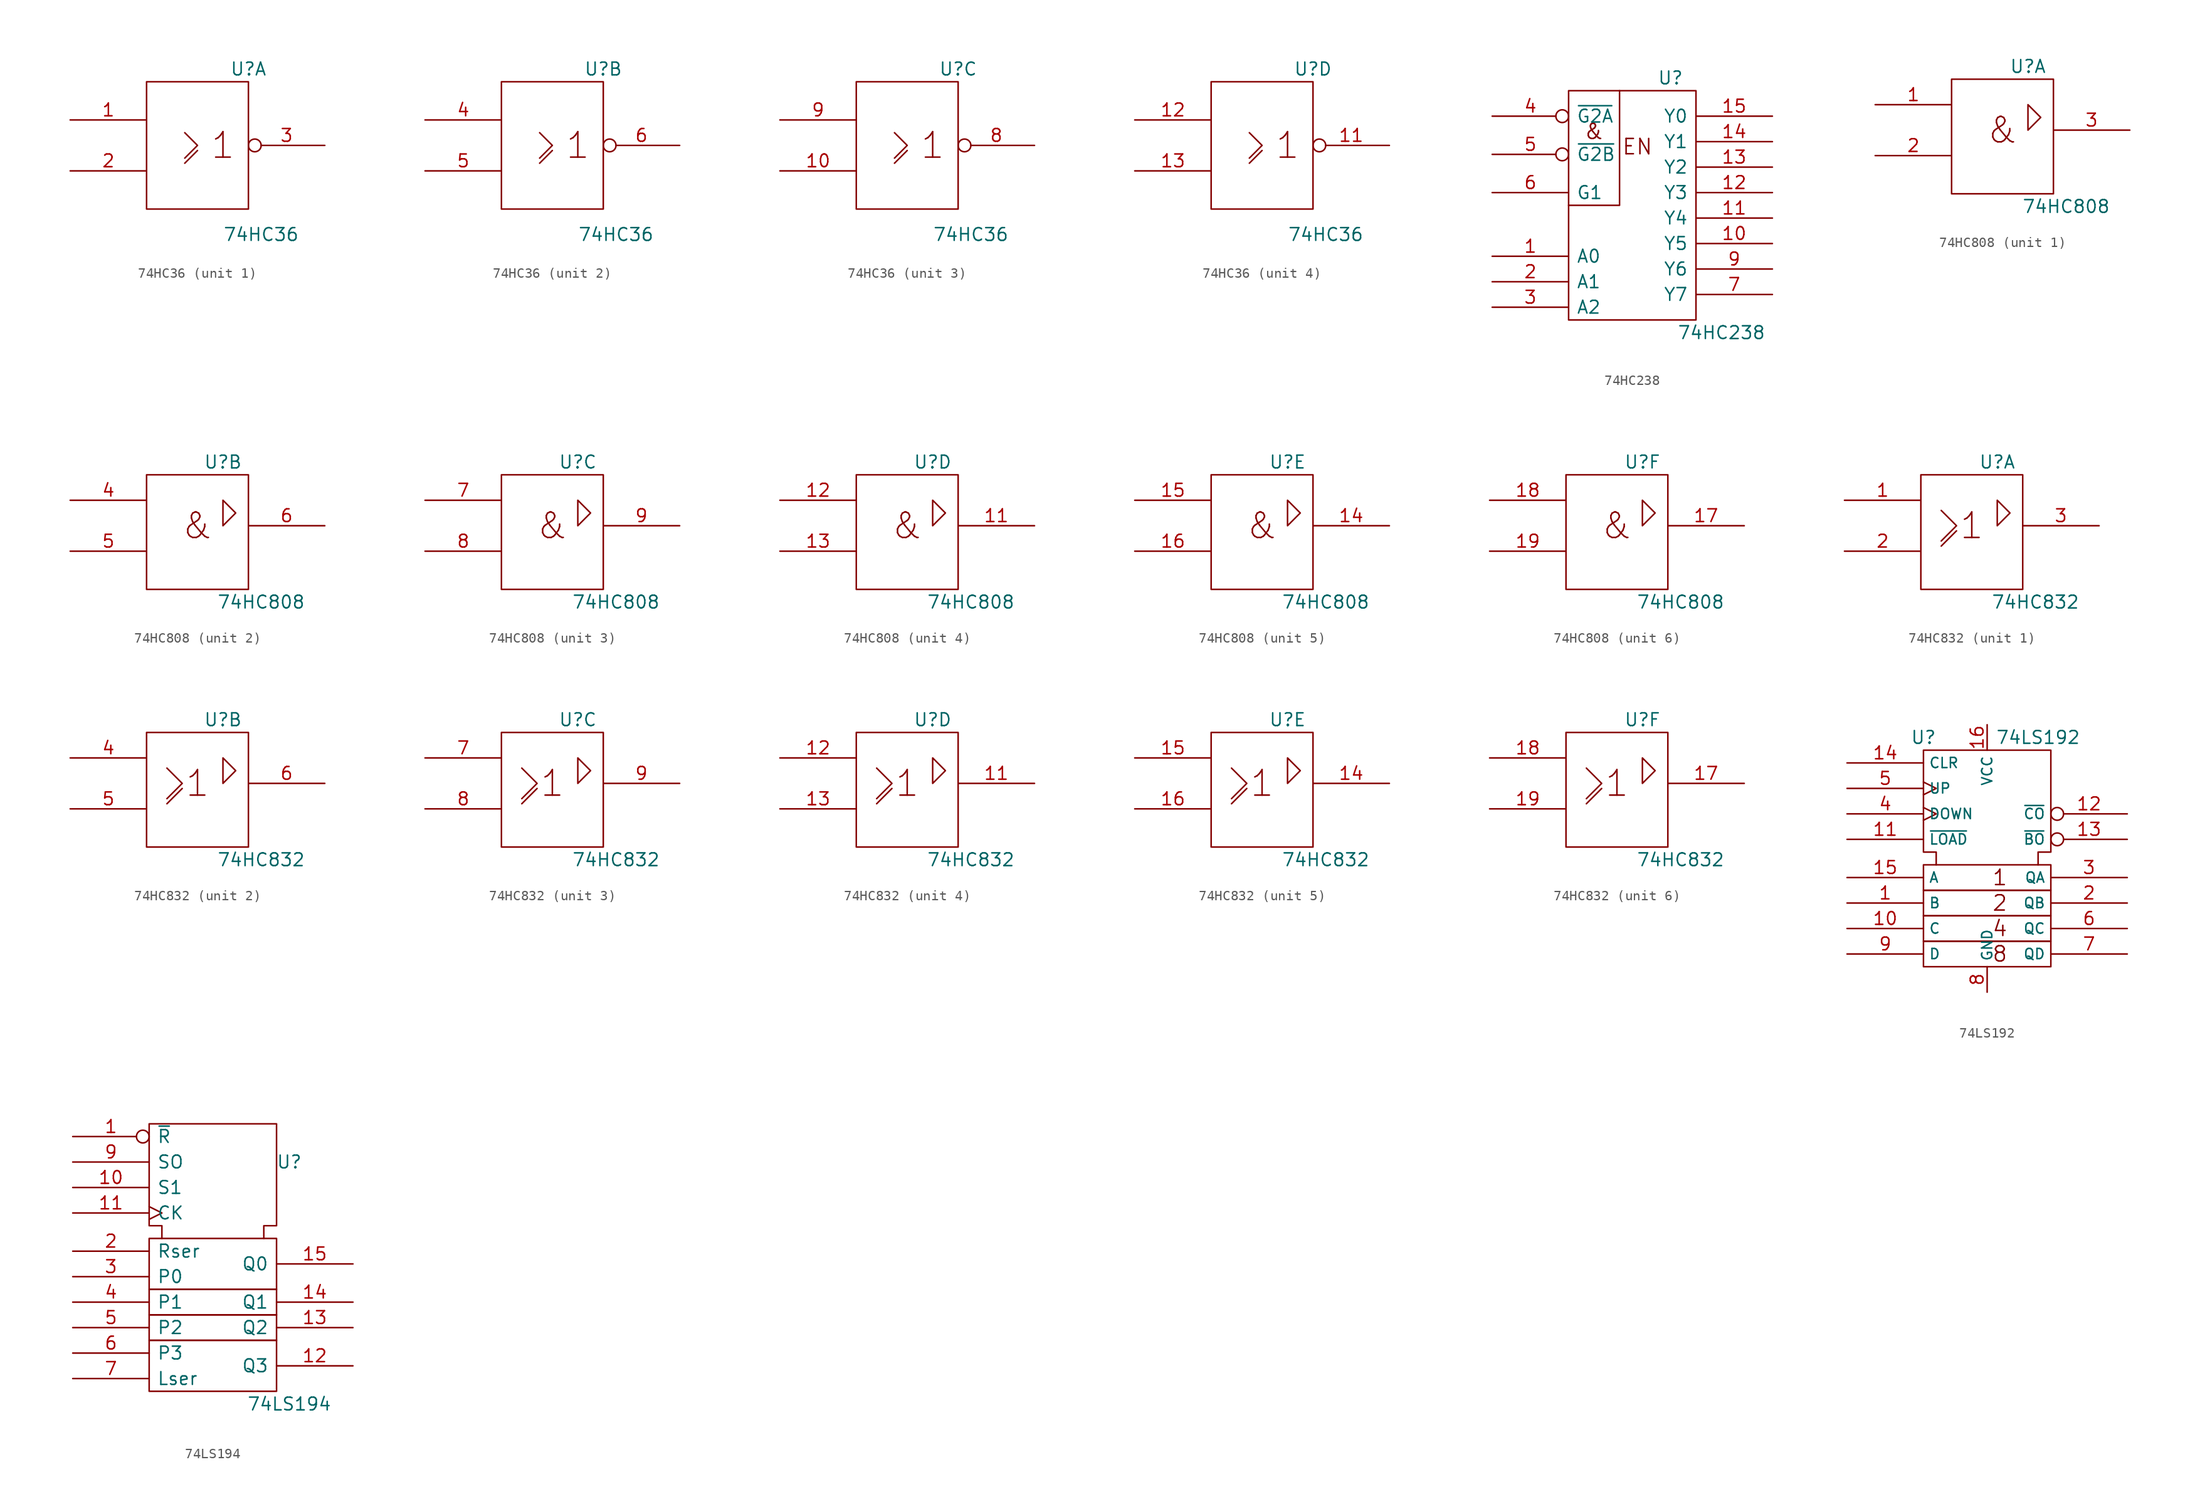
<source format=kicad_sym>
(kicad_symbol_lib
  (version 20231120)
  (generator "kicad_symbol_editor")
  (generator_version "8.0")
  (symbol "74HC36"
    (pin_names
      (offset 0.762))
    (property "Reference" "U"
      (at 5.08 7.62 0)
      (effects (font (size 1.27 1.27))))
    (property "Value" "74HC36"
      (at 6.35 -8.89 0)
      (effects (font (size 1.27 1.27))))
    (symbol "74HC36_0_0"
      (polyline (pts (xy -1.27 -1.778) (xy 0 -0.508) (xy 0 -0.508)) (stroke (width 0) (type default)) (fill (type none)))
      (polyline (pts (xy -1.27 1.27) (xy 0 0) (xy -1.27 -1.27) (xy -1.27 -1.27)) (stroke (width 0) (type default)) (fill (type none)))
      (text "1" (at 2.54 0 0) (effects (font (size 2.54 2.54)))))
    (symbol "74HC36_0_1"
      (rectangle (start -5.08 6.35) (end 5.08 -6.35) (stroke (width 0) (type default)) (fill (type none)))
      (pin power_in line (at 0 6.35 270) (length 0) hide (name "Vcc" (effects (font (size 1.27 1.27)))) (number "14" (effects (font (size 1.27 1.27)))))
      (pin power_in line (at 0 -6.35 90) (length 0) hide (name "Gnd" (effects (font (size 1.27 1.27)))) (number "7" (effects (font (size 1.27 1.27))))))
    (symbol "74HC36_1_1"
      (pin input line (at -12.7 2.54 0) (length 7.62) (name "~" (effects (font (size 1.27 1.27)))) (number "1" (effects (font (size 1.27 1.27)))))
      (pin input line (at -12.7 -2.54 0) (length 7.62) (name "~" (effects (font (size 1.27 1.27)))) (number "2" (effects (font (size 1.27 1.27)))))
      (pin output inverted (at 12.7 0 180) (length 7.62) (name "~" (effects (font (size 1.27 1.27)))) (number "3" (effects (font (size 1.27 1.27))))))
    (symbol "74HC36_2_1"
      (pin input line (at -12.7 2.54 0) (length 7.62) (name "~" (effects (font (size 1.27 1.27)))) (number "4" (effects (font (size 1.27 1.27)))))
      (pin input line (at -12.7 -2.54 0) (length 7.62) (name "~" (effects (font (size 1.27 1.27)))) (number "5" (effects (font (size 1.27 1.27)))))
      (pin output inverted (at 12.7 0 180) (length 7.62) (name "~" (effects (font (size 1.27 1.27)))) (number "6" (effects (font (size 1.27 1.27))))))
    (symbol "74HC36_3_1"
      (pin input line (at -12.7 -2.54 0) (length 7.62) (name "~" (effects (font (size 1.27 1.27)))) (number "10" (effects (font (size 1.27 1.27)))))
      (pin output inverted (at 12.7 0 180) (length 7.62) (name "~" (effects (font (size 1.27 1.27)))) (number "8" (effects (font (size 1.27 1.27)))))
      (pin input line (at -12.7 2.54 0) (length 7.62) (name "~" (effects (font (size 1.27 1.27)))) (number "9" (effects (font (size 1.27 1.27))))))
    (symbol "74HC36_4_1"
      (pin output inverted (at 12.7 0 180) (length 7.62) (name "~" (effects (font (size 1.27 1.27)))) (number "11" (effects (font (size 1.27 1.27)))))
      (pin input line (at -12.7 2.54 0) (length 7.62) (name "~" (effects (font (size 1.27 1.27)))) (number "12" (effects (font (size 1.27 1.27)))))
      (pin input line (at -12.7 -2.54 0) (length 7.62) (name "~" (effects (font (size 1.27 1.27)))) (number "13" (effects (font (size 1.27 1.27)))))))
  (symbol "74HC238"
    (pin_names
      (offset 0.762))
    (property "Reference" "U"
      (at 3.81 8.89 0)
      (effects (font (size 1.27 1.27))))
    (property "Value" "74HC238"
      (at 8.89 -16.51 0)
      (effects (font (size 1.27 1.27))))
    (symbol "74HC238_0_0"
      (text "&" (at -3.81 3.556 0) (effects (font (size 1.524 1.524))))
      (text "EN" (at 0.508 2.032 0) (effects (font (size 1.524 1.524))))
      (pin power_in line (at 0 7.62 270) (length 0) hide (name "VCC" (effects (font (size 1.27 1.27)))) (number "16" (effects (font (size 1.27 1.27))))))
    (symbol "74HC238_0_1"
      (rectangle (start -6.35 7.62) (end 6.35 -15.24) (stroke (width 0) (type default)) (fill (type none)))
      (polyline (pts (xy -1.27 7.62) (xy -1.27 -3.81) (xy -6.35 -3.81) (xy -6.35 -3.81)) (stroke (width 0) (type default)) (fill (type none))))
    (symbol "74HC238_1_1"
      (pin input line (at -13.97 -8.89 0) (length 7.62) (name "A0" (effects (font (size 1.27 1.27)))) (number "1" (effects (font (size 1.27 1.27)))))
      (pin output line (at 13.97 -7.62 180) (length 7.62) (name "Y5" (effects (font (size 1.27 1.27)))) (number "10" (effects (font (size 1.27 1.27)))))
      (pin output line (at 13.97 -5.08 180) (length 7.62) (name "Y4" (effects (font (size 1.27 1.27)))) (number "11" (effects (font (size 1.27 1.27)))))
      (pin output line (at 13.97 -2.54 180) (length 7.62) (name "Y3" (effects (font (size 1.27 1.27)))) (number "12" (effects (font (size 1.27 1.27)))))
      (pin output line (at 13.97 0 180) (length 7.62) (name "Y2" (effects (font (size 1.27 1.27)))) (number "13" (effects (font (size 1.27 1.27)))))
      (pin output line (at 13.97 2.54 180) (length 7.62) (name "Y1" (effects (font (size 1.27 1.27)))) (number "14" (effects (font (size 1.27 1.27)))))
      (pin output line (at 13.97 5.08 180) (length 7.62) (name "Y0" (effects (font (size 1.27 1.27)))) (number "15" (effects (font (size 1.27 1.27)))))
      (pin input line (at -13.97 -11.43 0) (length 7.62) (name "A1" (effects (font (size 1.27 1.27)))) (number "2" (effects (font (size 1.27 1.27)))))
      (pin input line (at -13.97 -13.97 0) (length 7.62) (name "A2" (effects (font (size 1.27 1.27)))) (number "3" (effects (font (size 1.27 1.27)))))
      (pin input inverted (at -13.97 5.08 0) (length 7.62) (name "~{G2A}" (effects (font (size 1.27 1.27)))) (number "4" (effects (font (size 1.27 1.27)))))
      (pin input inverted (at -13.97 1.27 0) (length 7.62) (name "~{G2B}" (effects (font (size 1.27 1.27)))) (number "5" (effects (font (size 1.27 1.27)))))
      (pin input line (at -13.97 -2.54 0) (length 7.62) (name "G1" (effects (font (size 1.27 1.27)))) (number "6" (effects (font (size 1.27 1.27)))))
      (pin output line (at 13.97 -12.7 180) (length 7.62) (name "Y7" (effects (font (size 1.27 1.27)))) (number "7" (effects (font (size 1.27 1.27)))))
      (pin power_in line (at 0 -15.24 90) (length 0) hide (name "GND" (effects (font (size 1.27 1.27)))) (number "8" (effects (font (size 1.27 1.27)))))
      (pin output line (at 13.97 -10.16 180) (length 7.62) (name "Y6" (effects (font (size 1.27 1.27)))) (number "9" (effects (font (size 1.27 1.27)))))))
  (symbol "74HC808"
    (pin_names
      (offset 0.762))
    (property "Reference" "U"
      (at 2.54 6.35 0)
      (effects (font (size 1.27 1.27))))
    (property "Value" "74HC808"
      (at 6.35 -7.62 0)
      (effects (font (size 1.27 1.27))))
    (symbol "74HC808_0_1"
      (rectangle (start -5.08 5.08) (end 5.08 -6.35) (stroke (width 0) (type default)) (fill (type none)))
      (polyline (pts (xy 2.54 0) (xy 2.54 2.54) (xy 3.81 1.27) (xy 2.54 0) (xy 2.54 0)) (stroke (width 0) (type default)) (fill (type none)))
      (text "&" (at 0 0 0) (effects (font (size 2.54 2.54))))
      (pin power_in line (at 0 -6.35 90) (length 0) hide (name "Gnd" (effects (font (size 1.27 1.27)))) (number "10" (effects (font (size 1.27 1.27)))))
      (pin power_in line (at 0 5.08 270) (length 0) hide (name "Vcc" (effects (font (size 1.27 1.27)))) (number "20" (effects (font (size 1.27 1.27))))))
    (symbol "74HC808_1_1"
      (pin input line (at -12.7 2.54 0) (length 7.62) (name "~" (effects (font (size 1.27 1.27)))) (number "1" (effects (font (size 1.27 1.27)))))
      (pin input line (at -12.7 -2.54 0) (length 7.62) (name "~" (effects (font (size 1.27 1.27)))) (number "2" (effects (font (size 1.27 1.27)))))
      (pin output line (at 12.7 0 180) (length 7.62) (name "~" (effects (font (size 1.27 1.27)))) (number "3" (effects (font (size 1.27 1.27))))))
    (symbol "74HC808_2_1"
      (pin input line (at -12.7 2.54 0) (length 7.62) (name "~" (effects (font (size 1.27 1.27)))) (number "4" (effects (font (size 1.27 1.27)))))
      (pin input line (at -12.7 -2.54 0) (length 7.62) (name "~" (effects (font (size 1.27 1.27)))) (number "5" (effects (font (size 1.27 1.27)))))
      (pin output line (at 12.7 0 180) (length 7.62) (name "~" (effects (font (size 1.27 1.27)))) (number "6" (effects (font (size 1.27 1.27))))))
    (symbol "74HC808_3_1"
      (pin input line (at -12.7 2.54 0) (length 7.62) (name "~" (effects (font (size 1.27 1.27)))) (number "7" (effects (font (size 1.27 1.27)))))
      (pin input line (at -12.7 -2.54 0) (length 7.62) (name "~" (effects (font (size 1.27 1.27)))) (number "8" (effects (font (size 1.27 1.27)))))
      (pin output line (at 12.7 0 180) (length 7.62) (name "~" (effects (font (size 1.27 1.27)))) (number "9" (effects (font (size 1.27 1.27))))))
    (symbol "74HC808_4_1"
      (pin output line (at 12.7 0 180) (length 7.62) (name "~" (effects (font (size 1.27 1.27)))) (number "11" (effects (font (size 1.27 1.27)))))
      (pin input line (at -12.7 2.54 0) (length 7.62) (name "~" (effects (font (size 1.27 1.27)))) (number "12" (effects (font (size 1.27 1.27)))))
      (pin input line (at -12.7 -2.54 0) (length 7.62) (name "~" (effects (font (size 1.27 1.27)))) (number "13" (effects (font (size 1.27 1.27))))))
    (symbol "74HC808_5_1"
      (pin output line (at 12.7 0 180) (length 7.62) (name "~" (effects (font (size 1.27 1.27)))) (number "14" (effects (font (size 1.27 1.27)))))
      (pin input line (at -12.7 2.54 0) (length 7.62) (name "~" (effects (font (size 1.27 1.27)))) (number "15" (effects (font (size 1.27 1.27)))))
      (pin input line (at -12.7 -2.54 0) (length 7.62) (name "~" (effects (font (size 1.27 1.27)))) (number "16" (effects (font (size 1.27 1.27))))))
    (symbol "74HC808_6_1"
      (pin output line (at 12.7 0 180) (length 7.62) (name "~" (effects (font (size 1.27 1.27)))) (number "17" (effects (font (size 1.27 1.27)))))
      (pin input line (at -12.7 2.54 0) (length 7.62) (name "~" (effects (font (size 1.27 1.27)))) (number "18" (effects (font (size 1.27 1.27)))))
      (pin input line (at -12.7 -2.54 0) (length 7.62) (name "~" (effects (font (size 1.27 1.27)))) (number "19" (effects (font (size 1.27 1.27)))))))
  (symbol "74HC832"
    (pin_names
      (offset 0.762))
    (property "Reference" "U"
      (at 2.54 6.35 0)
      (effects (font (size 1.27 1.27))))
    (property "Value" "74HC832"
      (at 6.35 -7.62 0)
      (effects (font (size 1.27 1.27))))
    (symbol "74HC832_0_1"
      (rectangle (start -5.08 5.08) (end 5.08 -6.35) (stroke (width 0) (type default)) (fill (type none)))
      (polyline (pts (xy -3.048 -2.032) (xy -1.524 -0.508) (xy -1.524 -0.508)) (stroke (width 0) (type default)) (fill (type none)))
      (polyline (pts (xy -3.048 1.524) (xy -1.524 0) (xy -3.048 -1.524) (xy -3.048 -1.524)) (stroke (width 0) (type default)) (fill (type none)))
      (polyline (pts (xy 2.54 0) (xy 2.54 2.54) (xy 3.81 1.27) (xy 2.54 0) (xy 2.54 0)) (stroke (width 0) (type default)) (fill (type none)))
      (text "1" (at 0 0 0) (effects (font (size 2.54 2.54))))
      (pin power_in line (at 0 -6.35 90) (length 0) hide (name "Gnd" (effects (font (size 1.27 1.27)))) (number "10" (effects (font (size 1.27 1.27)))))
      (pin power_in line (at 0 5.08 270) (length 0) hide (name "Vcc" (effects (font (size 1.27 1.27)))) (number "20" (effects (font (size 1.27 1.27))))))
    (symbol "74HC832_1_1"
      (pin input line (at -12.7 2.54 0) (length 7.62) (name "~" (effects (font (size 1.27 1.27)))) (number "1" (effects (font (size 1.27 1.27)))))
      (pin input line (at -12.7 -2.54 0) (length 7.62) (name "~" (effects (font (size 1.27 1.27)))) (number "2" (effects (font (size 1.27 1.27)))))
      (pin output line (at 12.7 0 180) (length 7.62) (name "~" (effects (font (size 1.27 1.27)))) (number "3" (effects (font (size 1.27 1.27))))))
    (symbol "74HC832_2_1"
      (pin input line (at -12.7 2.54 0) (length 7.62) (name "~" (effects (font (size 1.27 1.27)))) (number "4" (effects (font (size 1.27 1.27)))))
      (pin input line (at -12.7 -2.54 0) (length 7.62) (name "~" (effects (font (size 1.27 1.27)))) (number "5" (effects (font (size 1.27 1.27)))))
      (pin output line (at 12.7 0 180) (length 7.62) (name "~" (effects (font (size 1.27 1.27)))) (number "6" (effects (font (size 1.27 1.27))))))
    (symbol "74HC832_3_1"
      (pin input line (at -12.7 2.54 0) (length 7.62) (name "~" (effects (font (size 1.27 1.27)))) (number "7" (effects (font (size 1.27 1.27)))))
      (pin input line (at -12.7 -2.54 0) (length 7.62) (name "~" (effects (font (size 1.27 1.27)))) (number "8" (effects (font (size 1.27 1.27)))))
      (pin output line (at 12.7 0 180) (length 7.62) (name "~" (effects (font (size 1.27 1.27)))) (number "9" (effects (font (size 1.27 1.27))))))
    (symbol "74HC832_4_1"
      (pin output line (at 12.7 0 180) (length 7.62) (name "~" (effects (font (size 1.27 1.27)))) (number "11" (effects (font (size 1.27 1.27)))))
      (pin input line (at -12.7 2.54 0) (length 7.62) (name "~" (effects (font (size 1.27 1.27)))) (number "12" (effects (font (size 1.27 1.27)))))
      (pin input line (at -12.7 -2.54 0) (length 7.62) (name "~" (effects (font (size 1.27 1.27)))) (number "13" (effects (font (size 1.27 1.27))))))
    (symbol "74HC832_5_1"
      (pin output line (at 12.7 0 180) (length 7.62) (name "~" (effects (font (size 1.27 1.27)))) (number "14" (effects (font (size 1.27 1.27)))))
      (pin input line (at -12.7 2.54 0) (length 7.62) (name "~" (effects (font (size 1.27 1.27)))) (number "15" (effects (font (size 1.27 1.27)))))
      (pin input line (at -12.7 -2.54 0) (length 7.62) (name "~" (effects (font (size 1.27 1.27)))) (number "16" (effects (font (size 1.27 1.27))))))
    (symbol "74HC832_6_1"
      (pin output line (at 12.7 0 180) (length 7.62) (name "~" (effects (font (size 1.27 1.27)))) (number "17" (effects (font (size 1.27 1.27)))))
      (pin input line (at -12.7 2.54 0) (length 7.62) (name "~" (effects (font (size 1.27 1.27)))) (number "18" (effects (font (size 1.27 1.27)))))
      (pin input line (at -12.7 -2.54 0) (length 7.62) (name "~" (effects (font (size 1.27 1.27)))) (number "19" (effects (font (size 1.27 1.27)))))))
  (symbol "74LS192"
    (property "Reference" "U"
      (at -6.35 12.7 0)
      (effects (font (size 1.27 1.27))))
    (property "Value" "74LS192"
      (at 5.08 12.7 0)
      (effects (font (size 1.27 1.27))))
    (symbol "74LS192_0_0"
      (text "1" (at 1.27 -1.27 0) (effects (font (size 1.524 1.524))))
      (text "2" (at 1.27 -3.81 0) (effects (font (size 1.524 1.524))))
      (text "4" (at 1.27 -6.35 0) (effects (font (size 1.524 1.524))))
      (text "8" (at 1.27 -8.89 0) (effects (font (size 1.524 1.524))))
      (pin power_in line (at 0 13.97 270) (length 2.54) (name "VCC" (effects (font (size 1.016 1.016)))) (number "16" (effects (font (size 1.27 1.27)))))
      (pin power_in line (at 0 -12.7 90) (length 2.54) (name "GND" (effects (font (size 1.016 1.016)))) (number "8" (effects (font (size 1.27 1.27))))))
    (symbol "74LS192_0_1"
      (rectangle (start -6.35 -7.62) (end 6.35 -10.16) (stroke (width 0) (type default)) (fill (type none)))
      (rectangle (start -6.35 -5.08) (end 6.35 -7.62) (stroke (width 0) (type default)) (fill (type none)))
      (rectangle (start -6.35 -2.54) (end 6.35 -5.08) (stroke (width 0) (type default)) (fill (type none)))
      (rectangle (start -6.35 0) (end 6.35 -2.54) (stroke (width 0) (type default)) (fill (type none)))
      (polyline (pts (xy -5.08 0) (xy -5.08 1.27) (xy -6.35 1.27) (xy -6.35 11.43) (xy 6.35 11.43) (xy 6.35 1.27) (xy 5.08 1.27) (xy 5.08 0) (xy 5.08 0)) (stroke (width 0) (type default)) (fill (type none))))
    (symbol "74LS192_1_1"
      (pin input line (at -13.97 -3.81 0) (length 7.62) (name "B" (effects (font (size 1.016 1.016)))) (number "1" (effects (font (size 1.27 1.27)))))
      (pin input line (at -13.97 -6.35 0) (length 7.62) (name "C" (effects (font (size 1.016 1.016)))) (number "10" (effects (font (size 1.27 1.27)))))
      (pin input line (at -13.97 2.54 0) (length 7.62) (name "~{LOAD}" (effects (font (size 1.016 1.016)))) (number "11" (effects (font (size 1.27 1.27)))))
      (pin output inverted (at 13.97 5.08 180) (length 7.62) (name "~{CO}" (effects (font (size 1.016 1.016)))) (number "12" (effects (font (size 1.27 1.27)))))
      (pin output inverted (at 13.97 2.54 180) (length 7.62) (name "~{BO}" (effects (font (size 1.016 1.016)))) (number "13" (effects (font (size 1.27 1.27)))))
      (pin input line (at -13.97 10.16 0) (length 7.62) (name "CLR" (effects (font (size 1.016 1.016)))) (number "14" (effects (font (size 1.27 1.27)))))
      (pin input line (at -13.97 -1.27 0) (length 7.62) (name "A" (effects (font (size 1.016 1.016)))) (number "15" (effects (font (size 1.27 1.27)))))
      (pin output line (at 13.97 -3.81 180) (length 7.62) (name "QB" (effects (font (size 1.016 1.016)))) (number "2" (effects (font (size 1.27 1.27)))))
      (pin output line (at 13.97 -1.27 180) (length 7.62) (name "QA" (effects (font (size 1.016 1.016)))) (number "3" (effects (font (size 1.27 1.27)))))
      (pin input clock (at -13.97 5.08 0) (length 7.62) (name "DOWN" (effects (font (size 1.016 1.016)))) (number "4" (effects (font (size 1.27 1.27)))))
      (pin input clock (at -13.97 7.62 0) (length 7.62) (name "UP" (effects (font (size 1.016 1.016)))) (number "5" (effects (font (size 1.27 1.27)))))
      (pin output line (at 13.97 -6.35 180) (length 7.62) (name "QC" (effects (font (size 1.016 1.016)))) (number "6" (effects (font (size 1.27 1.27)))))
      (pin output line (at 13.97 -8.89 180) (length 7.62) (name "QD" (effects (font (size 1.016 1.016)))) (number "7" (effects (font (size 1.27 1.27)))))
      (pin input line (at -13.97 -8.89 0) (length 7.62) (name "D" (effects (font (size 1.016 1.016)))) (number "9" (effects (font (size 1.27 1.27)))))))
  (symbol "74LS194"
    (pin_names
      (offset 0.762))
    (property "Reference" "U"
      (at 7.62 8.89 0)
      (effects (font (size 1.27 1.27))))
    (property "Value" "74LS194"
      (at 7.62 -15.24 0)
      (effects (font (size 1.27 1.27))))
    (symbol "74LS194_0_0"
      (rectangle (start -6.35 -8.89) (end 6.35 -13.97) (stroke (width 0) (type default)) (fill (type none)))
      (polyline (pts (xy -5.08 1.27) (xy -5.08 2.54) (xy -6.35 2.54) (xy -6.35 12.7) (xy 6.35 12.7) (xy 6.35 2.54) (xy 5.08 2.54) (xy 5.08 1.27) (xy 5.08 1.27)) (stroke (width 0) (type default)) (fill (type none)))
      (pin power_in line (at -13.97 -12.7 0) (length 7.62) (name "Lser" (effects (font (size 1.27 1.27)))) (number "7" (effects (font (size 1.27 1.27)))))
      (pin power_in line (at 0 12.7 270) (length 0) hide (name "GND" (effects (font (size 1.27 1.27)))) (number "8" (effects (font (size 1.27 1.27))))))
    (symbol "74LS194_0_1"
      (rectangle (start -6.35 -6.35) (end 6.35 -8.89) (stroke (width 0) (type default)) (fill (type none)))
      (rectangle (start -6.35 -3.81) (end 6.35 -6.35) (stroke (width 0) (type default)) (fill (type none)))
      (rectangle (start -6.35 1.27) (end 6.35 -3.81) (stroke (width 0) (type default)) (fill (type none)))
      (pin power_in line (at 3.81 12.7 270) (length 0) hide (name "Vdd" (effects (font (size 1.27 1.27)))) (number "16" (effects (font (size 1.27 1.27))))))
    (symbol "74LS194_1_1"
      (pin input inverted (at -13.97 11.43 0) (length 7.62) (name "~{R}" (effects (font (size 1.27 1.27)))) (number "1" (effects (font (size 1.27 1.27)))))
      (pin input line (at -13.97 6.35 0) (length 7.62) (name "S1" (effects (font (size 1.27 1.27)))) (number "10" (effects (font (size 1.27 1.27)))))
      (pin input clock (at -13.97 3.81 0) (length 7.62) (name "CK" (effects (font (size 1.27 1.27)))) (number "11" (effects (font (size 1.27 1.27)))))
      (pin output line (at 13.97 -11.43 180) (length 7.62) (name "Q3" (effects (font (size 1.27 1.27)))) (number "12" (effects (font (size 1.27 1.27)))))
      (pin output line (at 13.97 -7.62 180) (length 7.62) (name "Q2" (effects (font (size 1.27 1.27)))) (number "13" (effects (font (size 1.27 1.27)))))
      (pin output line (at 13.97 -5.08 180) (length 7.62) (name "Q1" (effects (font (size 1.27 1.27)))) (number "14" (effects (font (size 1.27 1.27)))))
      (pin output line (at 13.97 -1.27 180) (length 7.62) (name "Q0" (effects (font (size 1.27 1.27)))) (number "15" (effects (font (size 1.27 1.27)))))
      (pin input line (at -13.97 0 0) (length 7.62) (name "Rser" (effects (font (size 1.27 1.27)))) (number "2" (effects (font (size 1.27 1.27)))))
      (pin input line (at -13.97 -2.54 0) (length 7.62) (name "P0" (effects (font (size 1.27 1.27)))) (number "3" (effects (font (size 1.27 1.27)))))
      (pin input line (at -13.97 -5.08 0) (length 7.62) (name "P1" (effects (font (size 1.27 1.27)))) (number "4" (effects (font (size 1.27 1.27)))))
      (pin input line (at -13.97 -7.62 0) (length 7.62) (name "P2" (effects (font (size 1.27 1.27)))) (number "5" (effects (font (size 1.27 1.27)))))
      (pin input line (at -13.97 -10.16 0) (length 7.62) (name "P3" (effects (font (size 1.27 1.27)))) (number "6" (effects (font (size 1.27 1.27)))))
      (pin input line (at -13.97 8.89 0) (length 7.62) (name "SO" (effects (font (size 1.27 1.27)))) (number "9" (effects (font (size 1.27 1.27))))))))
</source>
